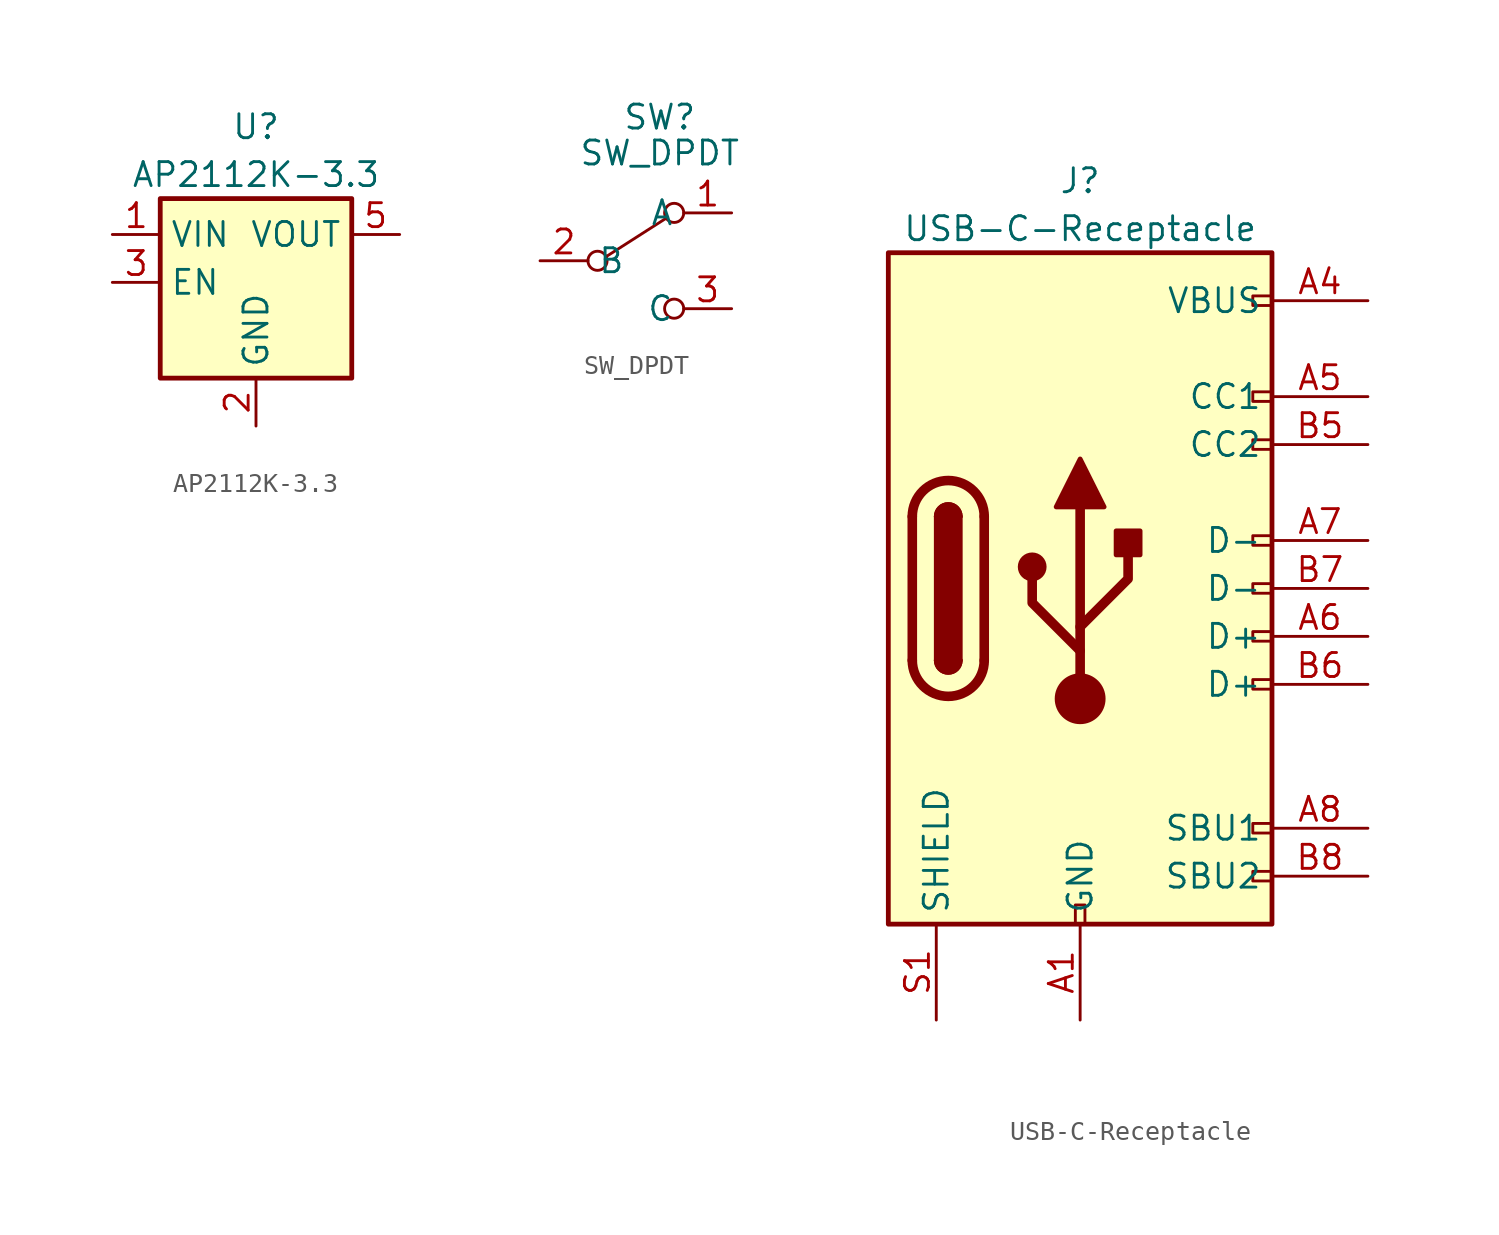
<source format=kicad_sym>
(kicad_symbol_lib
  (version 20201005)
  (generator kicad_symbol_editor)
  (symbol "jiran-ble-new:AP2112K-3.3"
    (property "Reference" "U"
      (at 0 8.255 0)
      (effects (font (size 1.27 1.27))))
    (property "Value" "AP2112K-3.3"
      (at 0 5.715 0)
      (effects (font (size 1.27 1.27))))
    (symbol "AP2112K-3.3_0_1"
      (rectangle (start -5.08 4.445) (end 5.08 -5.08) (stroke (width 0.254)) (fill (type background))))
    (symbol "AP2112K-3.3_1_1"
      (pin power_in line (at -7.62 2.54 0) (length 2.54) (name "VIN" (effects (font (size 1.27 1.27)))) (number "1" (effects (font (size 1.27 1.27)))))
      (pin power_in line (at 0 -7.62 90) (length 2.54) (name "GND" (effects (font (size 1.27 1.27)))) (number "2" (effects (font (size 1.27 1.27)))))
      (pin input line (at -7.62 0 0) (length 2.54) (name "EN" (effects (font (size 1.27 1.27)))) (number "3" (effects (font (size 1.27 1.27)))))
      (pin no_connect line (at 7.62 0 180) (length 2.54) hide (name "NC" (effects (font (size 1.27 1.27)))) (number "4" (effects (font (size 1.27 1.27)))))
      (pin power_out line (at 7.62 2.54 180) (length 2.54) (name "VOUT" (effects (font (size 1.27 1.27)))) (number "5" (effects (font (size 1.27 1.27)))))))
  (symbol "jiran-ble-new:SW_DPDT"
    (property "Reference" "SW"
      (at 0 7.62 0)
      (effects (font (size 1.27 1.27))))
    (property "Value" "SW_DPDT"
      (at 0 5.715 0)
      (effects (font (size 1.27 1.27))))
    (symbol "SW_DPDT_0_0"
      (circle (center -3.302 0) (radius 0.508) (stroke (width 0)) (fill (type none)))
      (circle (center 0.762 -2.54) (radius 0.508) (stroke (width 0)) (fill (type none))))
    (symbol "SW_DPDT_0_1"
      (circle (center 0.762 2.54) (radius 0.508) (stroke (width 0)) (fill (type none)))
      (polyline (pts (xy -2.794 0.254) (xy 0.381 2.286)) (stroke (width 0)) (fill (type none))))
    (symbol "SW_DPDT_1_1"
      (pin passive line (at 3.81 2.54 180) (length 2.54) (name "A" (effects (font (size 1.27 1.27)))) (number "1" (effects (font (size 1.27 1.27)))))
      (pin passive line (at -6.35 0 0) (length 2.54) (name "B" (effects (font (size 1.27 1.27)))) (number "2" (effects (font (size 1.27 1.27)))))
      (pin passive line (at 3.81 -2.54 180) (length 2.54) (name "C" (effects (font (size 1.27 1.27)))) (number "3" (effects (font (size 1.27 1.27)))))))
  (symbol "jiran-ble-new:USB-C-Receptacle"
    (property "Reference" "J"
      (at 0 22.225 0)
      (effects (font (size 1.27 1.27))))
    (property "Value" "USB-C-Receptacle"
      (at 0 19.685 0)
      (effects (font (size 1.27 1.27))))
    (symbol "USB-C-Receptacle_0_0"
      (rectangle (start -0.254 -17.145) (end 0.254 -16.129) (stroke (width 0)) (fill (type none)))
      (rectangle (start 10.16 -14.351) (end 9.144 -14.859) (stroke (width 0)) (fill (type none)))
      (rectangle (start 10.16 -11.811) (end 9.144 -12.319) (stroke (width 0)) (fill (type none)))
      (rectangle (start 10.16 -4.191) (end 9.144 -4.699) (stroke (width 0)) (fill (type none)))
      (rectangle (start 10.16 -1.651) (end 9.144 -2.159) (stroke (width 0)) (fill (type none)))
      (rectangle (start 10.16 0.889) (end 9.144 0.381) (stroke (width 0)) (fill (type none)))
      (rectangle (start 10.16 3.429) (end 9.144 2.921) (stroke (width 0)) (fill (type none)))
      (rectangle (start 10.16 8.509) (end 9.144 8.001) (stroke (width 0)) (fill (type none)))
      (rectangle (start 10.16 11.049) (end 9.144 10.541) (stroke (width 0)) (fill (type none)))
      (rectangle (start 10.16 16.129) (end 9.144 15.621) (stroke (width 0)) (fill (type none))))
    (symbol "USB-C-Receptacle_0_1"
      (arc (start -8.89 -3.175) (end -5.08 -3.175) (radius (at -6.985 -3.175) (length 1.905) (angles -179.9 -0.1)) (stroke (width 0.508)) (fill (type none)))
      (arc (start -7.62 -3.175) (end -6.35 -3.175) (radius (at -6.985 -3.175) (length 0.635) (angles -179.9 -0.1)) (stroke (width 0.254)) (fill (type none)))
      (arc (start -6.35 4.445) (end -7.62 4.445) (radius (at -6.985 4.445) (length 0.635) (angles 0.1 179.9)) (stroke (width 0.254)) (fill (type none)))
      (arc (start -5.08 4.445) (end -8.89 4.445) (radius (at -6.985 4.445) (length 1.905) (angles 0.1 179.9)) (stroke (width 0.508)) (fill (type none)))
      (arc (start -7.62 -3.175) (end -6.35 -3.175) (radius (at -6.985 -3.175) (length 0.635) (angles -179.9 -0.1)) (stroke (width 0.254)) (fill (type outline)))
      (arc (start -6.35 4.445) (end -7.62 4.445) (radius (at -6.985 4.445) (length 0.635) (angles 0.1 179.9)) (stroke (width 0.254)) (fill (type outline)))
      (circle (center -2.54 1.778) (radius 0.635) (stroke (width 0.254)) (fill (type outline)))
      (circle (center 0 -5.207) (radius 1.27) (stroke (width 0)) (fill (type outline)))
      (rectangle (start -7.62 -3.175) (end -6.35 4.445) (stroke (width 0.254)) (fill (type outline)))
      (rectangle (start 1.905 2.413) (end 3.175 3.683) (stroke (width 0.254)) (fill (type outline)))
      (rectangle (start -10.16 18.415) (end 10.16 -17.145) (stroke (width 0.254)) (fill (type background)))
      (polyline (pts (xy -8.89 -3.175) (xy -8.89 4.445)) (stroke (width 0.508)) (fill (type none)))
      (polyline (pts (xy -5.08 4.445) (xy -5.08 -3.175)) (stroke (width 0.508)) (fill (type none)))
      (polyline (pts (xy 0 -5.207) (xy 0 4.953)) (stroke (width 0.508)) (fill (type none)))
      (polyline (pts (xy 0 -2.667) (xy -2.54 -0.127) (xy -2.54 1.143)) (stroke (width 0.508)) (fill (type none)))
      (polyline (pts (xy 0 -1.397) (xy 2.54 1.143) (xy 2.54 2.413)) (stroke (width 0.508)) (fill (type none)))
      (polyline (pts (xy -1.27 4.953) (xy 0 7.493) (xy 1.27 4.953) (xy -1.27 4.953)) (stroke (width 0.254)) (fill (type outline))))
    (symbol "USB-C-Receptacle_1_1"
      (pin power_in line (at 0 -22.225 90) (length 5.08) (name "GND" (effects (font (size 1.27 1.27)))) (number "A1" (effects (font (size 1.27 1.27)))))
      (pin passive line (at 0 -22.225 90) (length 5.08) hide (name "GND" (effects (font (size 1.27 1.27)))) (number "A12" (effects (font (size 1.27 1.27)))))
      (pin power_in line (at 15.24 15.875 180) (length 5.08) (name "VBUS" (effects (font (size 1.27 1.27)))) (number "A4" (effects (font (size 1.27 1.27)))))
      (pin bidirectional line (at 15.24 10.795 180) (length 5.08) (name "CC1" (effects (font (size 1.27 1.27)))) (number "A5" (effects (font (size 1.27 1.27)))))
      (pin bidirectional line (at 15.24 -1.905 180) (length 5.08) (name "D+" (effects (font (size 1.27 1.27)))) (number "A6" (effects (font (size 1.27 1.27)))))
      (pin bidirectional line (at 15.24 3.175 180) (length 5.08) (name "D-" (effects (font (size 1.27 1.27)))) (number "A7" (effects (font (size 1.27 1.27)))))
      (pin bidirectional line (at 15.24 -12.065 180) (length 5.08) (name "SBU1" (effects (font (size 1.27 1.27)))) (number "A8" (effects (font (size 1.27 1.27)))))
      (pin passive line (at 15.24 15.875 180) (length 5.08) hide (name "VBUS" (effects (font (size 1.27 1.27)))) (number "A9" (effects (font (size 1.27 1.27)))))
      (pin passive line (at 0 -22.225 90) (length 5.08) hide (name "GND" (effects (font (size 1.27 1.27)))) (number "B1" (effects (font (size 1.27 1.27)))))
      (pin passive line (at 0 -22.225 90) (length 5.08) hide (name "GND" (effects (font (size 1.27 1.27)))) (number "B12" (effects (font (size 1.27 1.27)))))
      (pin passive line (at 15.24 15.875 180) (length 5.08) hide (name "VBUS" (effects (font (size 1.27 1.27)))) (number "B4" (effects (font (size 1.27 1.27)))))
      (pin bidirectional line (at 15.24 8.255 180) (length 5.08) (name "CC2" (effects (font (size 1.27 1.27)))) (number "B5" (effects (font (size 1.27 1.27)))))
      (pin bidirectional line (at 15.24 -4.445 180) (length 5.08) (name "D+" (effects (font (size 1.27 1.27)))) (number "B6" (effects (font (size 1.27 1.27)))))
      (pin bidirectional line (at 15.24 0.635 180) (length 5.08) (name "D-" (effects (font (size 1.27 1.27)))) (number "B7" (effects (font (size 1.27 1.27)))))
      (pin bidirectional line (at 15.24 -14.605 180) (length 5.08) (name "SBU2" (effects (font (size 1.27 1.27)))) (number "B8" (effects (font (size 1.27 1.27)))))
      (pin passive line (at 15.24 15.875 180) (length 5.08) hide (name "VBUS" (effects (font (size 1.27 1.27)))) (number "B9" (effects (font (size 1.27 1.27)))))
      (pin passive line (at -7.62 -22.225 90) (length 5.08) (name "SHIELD" (effects (font (size 1.27 1.27)))) (number "S1" (effects (font (size 1.27 1.27))))))))
</source>
